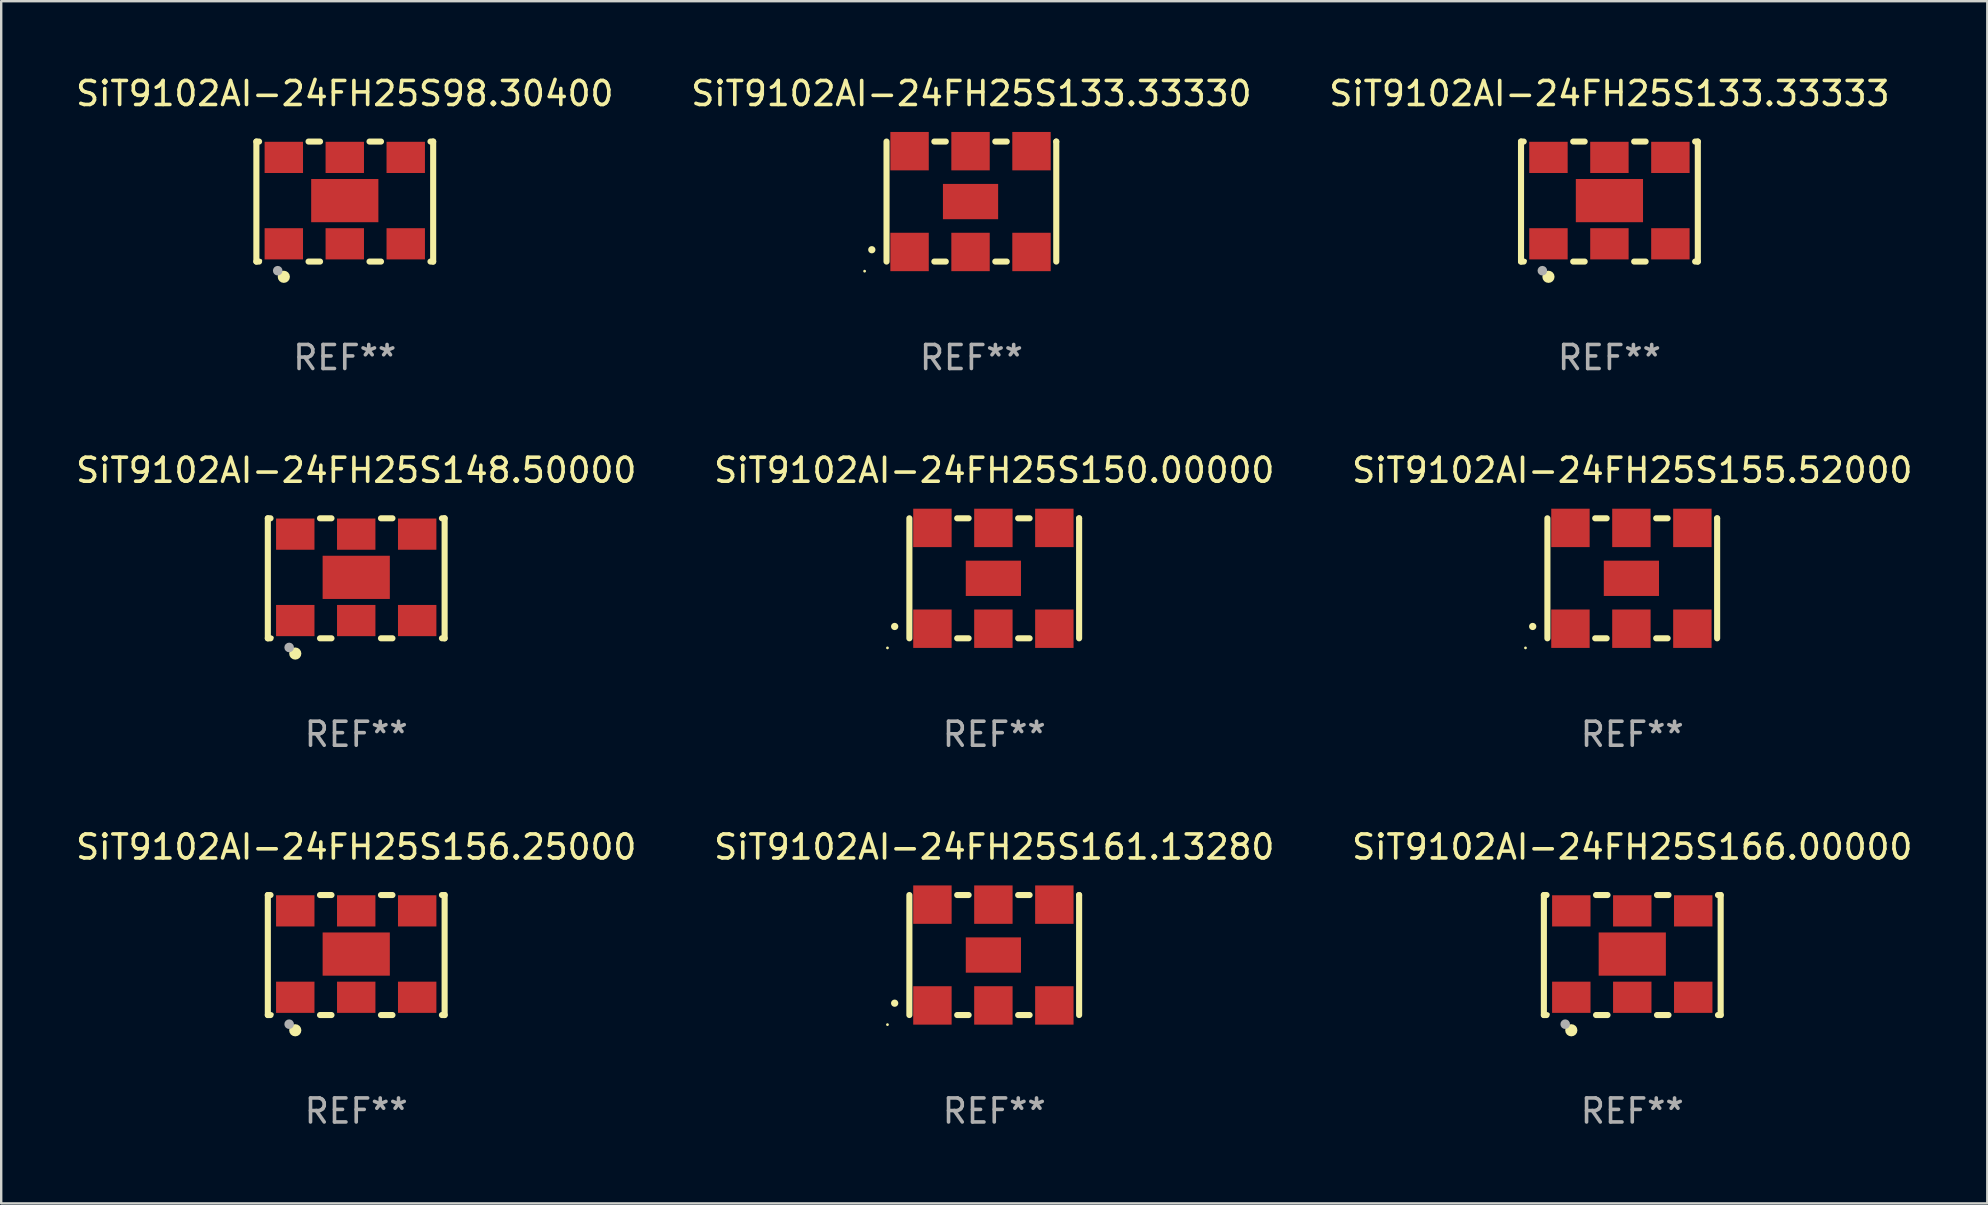
<source format=kicad_pcb>
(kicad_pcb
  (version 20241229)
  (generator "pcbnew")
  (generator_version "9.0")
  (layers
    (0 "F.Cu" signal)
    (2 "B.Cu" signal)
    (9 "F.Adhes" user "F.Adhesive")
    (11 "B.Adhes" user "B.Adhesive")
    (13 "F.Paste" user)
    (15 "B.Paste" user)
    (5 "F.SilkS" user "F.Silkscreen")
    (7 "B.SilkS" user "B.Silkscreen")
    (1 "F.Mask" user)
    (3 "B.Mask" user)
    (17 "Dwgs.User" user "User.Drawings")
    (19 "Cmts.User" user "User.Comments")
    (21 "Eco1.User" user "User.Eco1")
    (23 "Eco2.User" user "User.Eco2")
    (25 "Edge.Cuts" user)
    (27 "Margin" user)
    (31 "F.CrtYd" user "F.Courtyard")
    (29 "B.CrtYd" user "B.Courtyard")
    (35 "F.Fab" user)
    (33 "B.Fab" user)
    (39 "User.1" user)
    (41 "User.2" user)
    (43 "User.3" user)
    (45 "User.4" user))
  (footprint "SiT9102AI-24FH25S148.50000"
    (layer "F.Cu")
    (at 11.792 21.045)
    (property "Reference" "SiT9102AI-24FH25S148.50000" (at 0 -4.5 0) (layer "F.SilkS") (effects (font (size 1 1) (thickness 0.15))))
    (attr through_hole)
    (fp_line (start -3.683 -2.5) (end -3.571 -2.5) (stroke (width 0.254) (type solid)) (layer "F.SilkS"))
    (fp_line (start -3.683 2.5) (end -3.683 -2.5) (stroke (width 0.254) (type solid)) (layer "F.SilkS"))
    (fp_line (start -3.683 2.5) (end -3.571 2.5) (stroke (width 0.254) (type solid)) (layer "F.SilkS"))
    (fp_line (start -1.509 -2.5) (end -1.031 -2.5) (stroke (width 0.254) (type solid)) (layer "F.SilkS"))
    (fp_line (start -1.509 2.5) (end -1.031 2.5) (stroke (width 0.254) (type solid)) (layer "F.SilkS"))
    (fp_line (start 1.031 -2.5) (end 1.509 -2.5) (stroke (width 0.254) (type solid)) (layer "F.SilkS"))
    (fp_line (start 1.031 2.5) (end 1.509 2.5) (stroke (width 0.254) (type solid)) (layer "F.SilkS"))
    (fp_line (start 3.571 -2.5) (end 3.683 -2.5) (stroke (width 0.254) (type solid)) (layer "F.SilkS"))
    (fp_line (start 3.571 2.5) (end 3.683 2.5) (stroke (width 0.254) (type solid)) (layer "F.SilkS"))
    (fp_line (start 3.683 2.5) (end 3.683 -2.5) (stroke (width 0.254) (type solid)) (layer "F.SilkS"))
    (fp_circle (center -3.5 2.46) (end -3.47 2.46) (stroke (width 0.06) (type solid)) (fill no) (layer "F.SilkS"))
    (fp_circle (center -2.54 3.135) (end -2.413 3.135) (stroke (width 0.254) (type solid)) (fill no) (layer "F.SilkS"))
    (fp_circle (center -2.794 2.881) (end -2.694 2.881) (stroke (width 0.2) (type solid)) (fill no) (layer "F.Fab"))
    (fp_text user "REF**" (at 0 6.5 0) (layer "F.Fab") (effects (font (size 1 1) (thickness 0.15))))
    (pad "1" smd rect (at -2.54 1.76) (size 1.6 1.3) (layers "F.Cu" "F.Mask" "F.Paste"))
    (pad "2" smd rect (at 0 1.76) (size 1.6 1.3) (layers "F.Cu" "F.Mask" "F.Paste"))
    (pad "3" smd rect (at 2.54 1.76) (size 1.6 1.3) (layers "F.Cu" "F.Mask" "F.Paste"))
    (pad "4" smd rect (at 2.54 -1.84) (size 1.6 1.3) (layers "F.Cu" "F.Mask" "F.Paste"))
    (pad "5" smd rect (at 0 -1.84) (size 1.6 1.3) (layers "F.Cu" "F.Mask" "F.Paste"))
    (pad "6" smd rect (at -2.54 -1.84) (size 1.6 1.3) (layers "F.Cu" "F.Mask" "F.Paste"))
    (pad "7" smd rect (at 0 -0.04) (size 2.8 1.8) (layers "F.Cu" "F.Mask" "F.Paste")))
  (footprint "SiT9102AI-24FH25S150.00000"
    (layer "F.Cu")
    (at 38.375 21.045)
    (property "Reference" "SiT9102AI-24FH25S150.00000" (at 0 -4.5 0) (layer "F.SilkS") (effects (font (size 1 1) (thickness 0.15))))
    (attr through_hole)
    (fp_line (start -3.536 -2.5) (end -3.536 2.5) (stroke (width 0.254) (type solid)) (layer "F.SilkS"))
    (fp_line (start -1.544 2.5) (end -1.067 2.5) (stroke (width 0.254) (type solid)) (layer "F.SilkS"))
    (fp_line (start -1.067 -2.5) (end -1.544 -2.5) (stroke (width 0.254) (type solid)) (layer "F.SilkS"))
    (fp_line (start 0.996 2.5) (end 1.473 2.5) (stroke (width 0.254) (type solid)) (layer "F.SilkS"))
    (fp_line (start 1.473 -2.5) (end 0.996 -2.5) (stroke (width 0.254) (type solid)) (layer "F.SilkS"))
    (fp_line (start 3.536 -2.5) (end 3.536 -2.5) (stroke (width 0.254) (type solid)) (layer "F.SilkS"))
    (fp_line (start 3.536 2.5) (end 3.536 -2.5) (stroke (width 0.254) (type solid)) (layer "F.SilkS"))
    (fp_arc (start -4.150432 2.006604) (mid -4.149162 2.006599) (end -4.147892 2.006604) (stroke (width 0.3) (type solid)) (layer "F.SilkS"))
    (fp_circle (center -4.449 2.9) (end -4.419 2.9) (stroke (width 0.06) (type solid)) (fill no) (layer "F.SilkS"))
    (fp_text user "REF**" (at 0 6.5 0) (layer "F.Fab") (effects (font (size 1 1) (thickness 0.15))))
    (pad "1" smd rect (at -2.576 2.1) (size 1.6 1.6) (layers "F.Cu" "F.Mask" "F.Paste"))
    (pad "2" smd rect (at -0.036 2.1) (size 1.6 1.6) (layers "F.Cu" "F.Mask" "F.Paste"))
    (pad "3" smd rect (at 2.504 2.1) (size 1.6 1.6) (layers "F.Cu" "F.Mask" "F.Paste"))
    (pad "4" smd rect (at 2.504 -2.1) (size 1.6 1.6) (layers "F.Cu" "F.Mask" "F.Paste"))
    (pad "5" smd rect (at -0.036 -2.1) (size 1.6 1.6) (layers "F.Cu" "F.Mask" "F.Paste"))
    (pad "6" smd rect (at -2.576 -2.1) (size 1.6 1.6) (layers "F.Cu" "F.Mask" "F.Paste"))
    (pad "7" smd rect (at -0.036 0) (size 2.3 1.47) (layers "F.Cu" "F.Mask" "F.Paste")))
  (footprint "SiT9102AI-24FH25S98.30400"
    (layer "F.Cu")
    (at 11.315 5.348)
    (property "Reference" "SiT9102AI-24FH25S98.30400" (at 0 -4.5 0) (layer "F.SilkS") (effects (font (size 1 1) (thickness 0.15))))
    (attr through_hole)
    (fp_line (start -3.683 -2.5) (end -3.571 -2.5) (stroke (width 0.254) (type solid)) (layer "F.SilkS"))
    (fp_line (start -3.683 2.5) (end -3.683 -2.5) (stroke (width 0.254) (type solid)) (layer "F.SilkS"))
    (fp_line (start -3.683 2.5) (end -3.571 2.5) (stroke (width 0.254) (type solid)) (layer "F.SilkS"))
    (fp_line (start -1.509 -2.5) (end -1.031 -2.5) (stroke (width 0.254) (type solid)) (layer "F.SilkS"))
    (fp_line (start -1.509 2.5) (end -1.031 2.5) (stroke (width 0.254) (type solid)) (layer "F.SilkS"))
    (fp_line (start 1.031 -2.5) (end 1.509 -2.5) (stroke (width 0.254) (type solid)) (layer "F.SilkS"))
    (fp_line (start 1.031 2.5) (end 1.509 2.5) (stroke (width 0.254) (type solid)) (layer "F.SilkS"))
    (fp_line (start 3.571 -2.5) (end 3.683 -2.5) (stroke (width 0.254) (type solid)) (layer "F.SilkS"))
    (fp_line (start 3.571 2.5) (end 3.683 2.5) (stroke (width 0.254) (type solid)) (layer "F.SilkS"))
    (fp_line (start 3.683 2.5) (end 3.683 -2.5) (stroke (width 0.254) (type solid)) (layer "F.SilkS"))
    (fp_circle (center -3.5 2.46) (end -3.47 2.46) (stroke (width 0.06) (type solid)) (fill no) (layer "F.SilkS"))
    (fp_circle (center -2.54 3.135) (end -2.413 3.135) (stroke (width 0.254) (type solid)) (fill no) (layer "F.SilkS"))
    (fp_circle (center -2.794 2.881) (end -2.694 2.881) (stroke (width 0.2) (type solid)) (fill no) (layer "F.Fab"))
    (fp_text user "REF**" (at 0 6.5 0) (layer "F.Fab") (effects (font (size 1 1) (thickness 0.15))))
    (pad "1" smd rect (at -2.54 1.76) (size 1.6 1.3) (layers "F.Cu" "F.Mask" "F.Paste"))
    (pad "2" smd rect (at 0 1.76) (size 1.6 1.3) (layers "F.Cu" "F.Mask" "F.Paste"))
    (pad "3" smd rect (at 2.54 1.76) (size 1.6 1.3) (layers "F.Cu" "F.Mask" "F.Paste"))
    (pad "4" smd rect (at 2.54 -1.84) (size 1.6 1.3) (layers "F.Cu" "F.Mask" "F.Paste"))
    (pad "5" smd rect (at 0 -1.84) (size 1.6 1.3) (layers "F.Cu" "F.Mask" "F.Paste"))
    (pad "6" smd rect (at -2.54 -1.84) (size 1.6 1.3) (layers "F.Cu" "F.Mask" "F.Paste"))
    (pad "7" smd rect (at 0 -0.04) (size 2.8 1.8) (layers "F.Cu" "F.Mask" "F.Paste")))
  (footprint "SiT9102AI-24FH25S166.00000"
    (layer "F.Cu")
    (at 64.958 36.741)
    (property "Reference" "SiT9102AI-24FH25S166.00000" (at 0 -4.5 0) (layer "F.SilkS") (effects (font (size 1 1) (thickness 0.15))))
    (attr through_hole)
    (fp_line (start -3.683 -2.5) (end -3.571 -2.5) (stroke (width 0.254) (type solid)) (layer "F.SilkS"))
    (fp_line (start -3.683 2.5) (end -3.683 -2.5) (stroke (width 0.254) (type solid)) (layer "F.SilkS"))
    (fp_line (start -3.683 2.5) (end -3.571 2.5) (stroke (width 0.254) (type solid)) (layer "F.SilkS"))
    (fp_line (start -1.509 -2.5) (end -1.031 -2.5) (stroke (width 0.254) (type solid)) (layer "F.SilkS"))
    (fp_line (start -1.509 2.5) (end -1.031 2.5) (stroke (width 0.254) (type solid)) (layer "F.SilkS"))
    (fp_line (start 1.031 -2.5) (end 1.509 -2.5) (stroke (width 0.254) (type solid)) (layer "F.SilkS"))
    (fp_line (start 1.031 2.5) (end 1.509 2.5) (stroke (width 0.254) (type solid)) (layer "F.SilkS"))
    (fp_line (start 3.571 -2.5) (end 3.683 -2.5) (stroke (width 0.254) (type solid)) (layer "F.SilkS"))
    (fp_line (start 3.571 2.5) (end 3.683 2.5) (stroke (width 0.254) (type solid)) (layer "F.SilkS"))
    (fp_line (start 3.683 2.5) (end 3.683 -2.5) (stroke (width 0.254) (type solid)) (layer "F.SilkS"))
    (fp_circle (center -3.5 2.46) (end -3.47 2.46) (stroke (width 0.06) (type solid)) (fill no) (layer "F.SilkS"))
    (fp_circle (center -2.54 3.135) (end -2.413 3.135) (stroke (width 0.254) (type solid)) (fill no) (layer "F.SilkS"))
    (fp_circle (center -2.794 2.881) (end -2.694 2.881) (stroke (width 0.2) (type solid)) (fill no) (layer "F.Fab"))
    (fp_text user "REF**" (at 0 6.5 0) (layer "F.Fab") (effects (font (size 1 1) (thickness 0.15))))
    (pad "1" smd rect (at -2.54 1.76) (size 1.6 1.3) (layers "F.Cu" "F.Mask" "F.Paste"))
    (pad "2" smd rect (at 0 1.76) (size 1.6 1.3) (layers "F.Cu" "F.Mask" "F.Paste"))
    (pad "3" smd rect (at 2.54 1.76) (size 1.6 1.3) (layers "F.Cu" "F.Mask" "F.Paste"))
    (pad "4" smd rect (at 2.54 -1.84) (size 1.6 1.3) (layers "F.Cu" "F.Mask" "F.Paste"))
    (pad "5" smd rect (at 0 -1.84) (size 1.6 1.3) (layers "F.Cu" "F.Mask" "F.Paste"))
    (pad "6" smd rect (at -2.54 -1.84) (size 1.6 1.3) (layers "F.Cu" "F.Mask" "F.Paste"))
    (pad "7" smd rect (at 0 -0.04) (size 2.8 1.8) (layers "F.Cu" "F.Mask" "F.Paste")))
  (footprint "SiT9102AI-24FH25S161.13280"
    (layer "F.Cu")
    (at 38.375 36.741)
    (property "Reference" "SiT9102AI-24FH25S161.13280" (at 0 -4.5 0) (layer "F.SilkS") (effects (font (size 1 1) (thickness 0.15))))
    (attr through_hole)
    (fp_line (start -3.536 -2.5) (end -3.536 2.5) (stroke (width 0.254) (type solid)) (layer "F.SilkS"))
    (fp_line (start -1.544 2.5) (end -1.067 2.5) (stroke (width 0.254) (type solid)) (layer "F.SilkS"))
    (fp_line (start -1.067 -2.5) (end -1.544 -2.5) (stroke (width 0.254) (type solid)) (layer "F.SilkS"))
    (fp_line (start 0.996 2.5) (end 1.473 2.5) (stroke (width 0.254) (type solid)) (layer "F.SilkS"))
    (fp_line (start 1.473 -2.5) (end 0.996 -2.5) (stroke (width 0.254) (type solid)) (layer "F.SilkS"))
    (fp_line (start 3.536 -2.5) (end 3.536 -2.5) (stroke (width 0.254) (type solid)) (layer "F.SilkS"))
    (fp_line (start 3.536 2.5) (end 3.536 -2.5) (stroke (width 0.254) (type solid)) (layer "F.SilkS"))
    (fp_arc (start -4.150432 2.006604) (mid -4.149162 2.006599) (end -4.147892 2.006604) (stroke (width 0.3) (type solid)) (layer "F.SilkS"))
    (fp_circle (center -4.449 2.9) (end -4.419 2.9) (stroke (width 0.06) (type solid)) (fill no) (layer "F.SilkS"))
    (fp_text user "REF**" (at 0 6.5 0) (layer "F.Fab") (effects (font (size 1 1) (thickness 0.15))))
    (pad "1" smd rect (at -2.576 2.1) (size 1.6 1.6) (layers "F.Cu" "F.Mask" "F.Paste"))
    (pad "2" smd rect (at -0.036 2.1) (size 1.6 1.6) (layers "F.Cu" "F.Mask" "F.Paste"))
    (pad "3" smd rect (at 2.504 2.1) (size 1.6 1.6) (layers "F.Cu" "F.Mask" "F.Paste"))
    (pad "4" smd rect (at 2.504 -2.1) (size 1.6 1.6) (layers "F.Cu" "F.Mask" "F.Paste"))
    (pad "5" smd rect (at -0.036 -2.1) (size 1.6 1.6) (layers "F.Cu" "F.Mask" "F.Paste"))
    (pad "6" smd rect (at -2.576 -2.1) (size 1.6 1.6) (layers "F.Cu" "F.Mask" "F.Paste"))
    (pad "7" smd rect (at -0.036 0) (size 2.3 1.47) (layers "F.Cu" "F.Mask" "F.Paste")))
  (footprint "SiT9102AI-24FH25S155.52000"
    (layer "F.Cu")
    (at 64.958 21.045)
    (property "Reference" "SiT9102AI-24FH25S155.52000" (at 0 -4.5 0) (layer "F.SilkS") (effects (font (size 1 1) (thickness 0.15))))
    (attr through_hole)
    (fp_line (start -3.536 -2.5) (end -3.536 2.5) (stroke (width 0.254) (type solid)) (layer "F.SilkS"))
    (fp_line (start -1.544 2.5) (end -1.067 2.5) (stroke (width 0.254) (type solid)) (layer "F.SilkS"))
    (fp_line (start -1.067 -2.5) (end -1.544 -2.5) (stroke (width 0.254) (type solid)) (layer "F.SilkS"))
    (fp_line (start 0.996 2.5) (end 1.473 2.5) (stroke (width 0.254) (type solid)) (layer "F.SilkS"))
    (fp_line (start 1.473 -2.5) (end 0.996 -2.5) (stroke (width 0.254) (type solid)) (layer "F.SilkS"))
    (fp_line (start 3.536 -2.5) (end 3.536 -2.5) (stroke (width 0.254) (type solid)) (layer "F.SilkS"))
    (fp_line (start 3.536 2.5) (end 3.536 -2.5) (stroke (width 0.254) (type solid)) (layer "F.SilkS"))
    (fp_arc (start -4.150432 2.006604) (mid -4.149162 2.006599) (end -4.147892 2.006604) (stroke (width 0.3) (type solid)) (layer "F.SilkS"))
    (fp_circle (center -4.449 2.9) (end -4.419 2.9) (stroke (width 0.06) (type solid)) (fill no) (layer "F.SilkS"))
    (fp_text user "REF**" (at 0 6.5 0) (layer "F.Fab") (effects (font (size 1 1) (thickness 0.15))))
    (pad "1" smd rect (at -2.576 2.1) (size 1.6 1.6) (layers "F.Cu" "F.Mask" "F.Paste"))
    (pad "2" smd rect (at -0.036 2.1) (size 1.6 1.6) (layers "F.Cu" "F.Mask" "F.Paste"))
    (pad "3" smd rect (at 2.504 2.1) (size 1.6 1.6) (layers "F.Cu" "F.Mask" "F.Paste"))
    (pad "4" smd rect (at 2.504 -2.1) (size 1.6 1.6) (layers "F.Cu" "F.Mask" "F.Paste"))
    (pad "5" smd rect (at -0.036 -2.1) (size 1.6 1.6) (layers "F.Cu" "F.Mask" "F.Paste"))
    (pad "6" smd rect (at -2.576 -2.1) (size 1.6 1.6) (layers "F.Cu" "F.Mask" "F.Paste"))
    (pad "7" smd rect (at -0.036 0) (size 2.3 1.47) (layers "F.Cu" "F.Mask" "F.Paste")))
  (footprint "SiT9102AI-24FH25S133.33333"
    (layer "F.Cu")
    (at 64.006 5.348)
    (property "Reference" "SiT9102AI-24FH25S133.33333" (at 0 -4.5 0) (layer "F.SilkS") (effects (font (size 1 1) (thickness 0.15))))
    (attr through_hole)
    (fp_line (start -3.683 -2.5) (end -3.571 -2.5) (stroke (width 0.254) (type solid)) (layer "F.SilkS"))
    (fp_line (start -3.683 2.5) (end -3.683 -2.5) (stroke (width 0.254) (type solid)) (layer "F.SilkS"))
    (fp_line (start -3.683 2.5) (end -3.571 2.5) (stroke (width 0.254) (type solid)) (layer "F.SilkS"))
    (fp_line (start -1.509 -2.5) (end -1.031 -2.5) (stroke (width 0.254) (type solid)) (layer "F.SilkS"))
    (fp_line (start -1.509 2.5) (end -1.031 2.5) (stroke (width 0.254) (type solid)) (layer "F.SilkS"))
    (fp_line (start 1.031 -2.5) (end 1.509 -2.5) (stroke (width 0.254) (type solid)) (layer "F.SilkS"))
    (fp_line (start 1.031 2.5) (end 1.509 2.5) (stroke (width 0.254) (type solid)) (layer "F.SilkS"))
    (fp_line (start 3.571 -2.5) (end 3.683 -2.5) (stroke (width 0.254) (type solid)) (layer "F.SilkS"))
    (fp_line (start 3.571 2.5) (end 3.683 2.5) (stroke (width 0.254) (type solid)) (layer "F.SilkS"))
    (fp_line (start 3.683 2.5) (end 3.683 -2.5) (stroke (width 0.254) (type solid)) (layer "F.SilkS"))
    (fp_circle (center -3.5 2.46) (end -3.47 2.46) (stroke (width 0.06) (type solid)) (fill no) (layer "F.SilkS"))
    (fp_circle (center -2.54 3.135) (end -2.413 3.135) (stroke (width 0.254) (type solid)) (fill no) (layer "F.SilkS"))
    (fp_circle (center -2.794 2.881) (end -2.694 2.881) (stroke (width 0.2) (type solid)) (fill no) (layer "F.Fab"))
    (fp_text user "REF**" (at 0 6.5 0) (layer "F.Fab") (effects (font (size 1 1) (thickness 0.15))))
    (pad "1" smd rect (at -2.54 1.76) (size 1.6 1.3) (layers "F.Cu" "F.Mask" "F.Paste"))
    (pad "2" smd rect (at 0 1.76) (size 1.6 1.3) (layers "F.Cu" "F.Mask" "F.Paste"))
    (pad "3" smd rect (at 2.54 1.76) (size 1.6 1.3) (layers "F.Cu" "F.Mask" "F.Paste"))
    (pad "4" smd rect (at 2.54 -1.84) (size 1.6 1.3) (layers "F.Cu" "F.Mask" "F.Paste"))
    (pad "5" smd rect (at 0 -1.84) (size 1.6 1.3) (layers "F.Cu" "F.Mask" "F.Paste"))
    (pad "6" smd rect (at -2.54 -1.84) (size 1.6 1.3) (layers "F.Cu" "F.Mask" "F.Paste"))
    (pad "7" smd rect (at 0 -0.04) (size 2.8 1.8) (layers "F.Cu" "F.Mask" "F.Paste")))
  (footprint "SiT9102AI-24FH25S156.25000"
    (layer "F.Cu")
    (at 11.792 36.741)
    (property "Reference" "SiT9102AI-24FH25S156.25000" (at 0 -4.5 0) (layer "F.SilkS") (effects (font (size 1 1) (thickness 0.15))))
    (attr through_hole)
    (fp_line (start -3.683 -2.5) (end -3.571 -2.5) (stroke (width 0.254) (type solid)) (layer "F.SilkS"))
    (fp_line (start -3.683 2.5) (end -3.683 -2.5) (stroke (width 0.254) (type solid)) (layer "F.SilkS"))
    (fp_line (start -3.683 2.5) (end -3.571 2.5) (stroke (width 0.254) (type solid)) (layer "F.SilkS"))
    (fp_line (start -1.509 -2.5) (end -1.031 -2.5) (stroke (width 0.254) (type solid)) (layer "F.SilkS"))
    (fp_line (start -1.509 2.5) (end -1.031 2.5) (stroke (width 0.254) (type solid)) (layer "F.SilkS"))
    (fp_line (start 1.031 -2.5) (end 1.509 -2.5) (stroke (width 0.254) (type solid)) (layer "F.SilkS"))
    (fp_line (start 1.031 2.5) (end 1.509 2.5) (stroke (width 0.254) (type solid)) (layer "F.SilkS"))
    (fp_line (start 3.571 -2.5) (end 3.683 -2.5) (stroke (width 0.254) (type solid)) (layer "F.SilkS"))
    (fp_line (start 3.571 2.5) (end 3.683 2.5) (stroke (width 0.254) (type solid)) (layer "F.SilkS"))
    (fp_line (start 3.683 2.5) (end 3.683 -2.5) (stroke (width 0.254) (type solid)) (layer "F.SilkS"))
    (fp_circle (center -3.5 2.46) (end -3.47 2.46) (stroke (width 0.06) (type solid)) (fill no) (layer "F.SilkS"))
    (fp_circle (center -2.54 3.135) (end -2.413 3.135) (stroke (width 0.254) (type solid)) (fill no) (layer "F.SilkS"))
    (fp_circle (center -2.794 2.881) (end -2.694 2.881) (stroke (width 0.2) (type solid)) (fill no) (layer "F.Fab"))
    (fp_text user "REF**" (at 0 6.5 0) (layer "F.Fab") (effects (font (size 1 1) (thickness 0.15))))
    (pad "1" smd rect (at -2.54 1.76) (size 1.6 1.3) (layers "F.Cu" "F.Mask" "F.Paste"))
    (pad "2" smd rect (at 0 1.76) (size 1.6 1.3) (layers "F.Cu" "F.Mask" "F.Paste"))
    (pad "3" smd rect (at 2.54 1.76) (size 1.6 1.3) (layers "F.Cu" "F.Mask" "F.Paste"))
    (pad "4" smd rect (at 2.54 -1.84) (size 1.6 1.3) (layers "F.Cu" "F.Mask" "F.Paste"))
    (pad "5" smd rect (at 0 -1.84) (size 1.6 1.3) (layers "F.Cu" "F.Mask" "F.Paste"))
    (pad "6" smd rect (at -2.54 -1.84) (size 1.6 1.3) (layers "F.Cu" "F.Mask" "F.Paste"))
    (pad "7" smd rect (at 0 -0.04) (size 2.8 1.8) (layers "F.Cu" "F.Mask" "F.Paste")))
  (footprint "SiT9102AI-24FH25S133.33330"
    (layer "F.Cu")
    (at 37.423 5.348)
    (property "Reference" "SiT9102AI-24FH25S133.33330" (at 0 -4.5 0) (layer "F.SilkS") (effects (font (size 1 1) (thickness 0.15))))
    (attr through_hole)
    (fp_line (start -3.536 -2.5) (end -3.536 2.5) (stroke (width 0.254) (type solid)) (layer "F.SilkS"))
    (fp_line (start -1.544 2.5) (end -1.067 2.5) (stroke (width 0.254) (type solid)) (layer "F.SilkS"))
    (fp_line (start -1.067 -2.5) (end -1.544 -2.5) (stroke (width 0.254) (type solid)) (layer "F.SilkS"))
    (fp_line (start 0.996 2.5) (end 1.473 2.5) (stroke (width 0.254) (type solid)) (layer "F.SilkS"))
    (fp_line (start 1.473 -2.5) (end 0.996 -2.5) (stroke (width 0.254) (type solid)) (layer "F.SilkS"))
    (fp_line (start 3.536 -2.5) (end 3.536 -2.5) (stroke (width 0.254) (type solid)) (layer "F.SilkS"))
    (fp_line (start 3.536 2.5) (end 3.536 -2.5) (stroke (width 0.254) (type solid)) (layer "F.SilkS"))
    (fp_arc (start -4.150432 2.006604) (mid -4.149162 2.006599) (end -4.147892 2.006604) (stroke (width 0.3) (type solid)) (layer "F.SilkS"))
    (fp_circle (center -4.449 2.9) (end -4.419 2.9) (stroke (width 0.06) (type solid)) (fill no) (layer "F.SilkS"))
    (fp_text user "REF**" (at 0 6.5 0) (layer "F.Fab") (effects (font (size 1 1) (thickness 0.15))))
    (pad "1" smd rect (at -2.576 2.1) (size 1.6 1.6) (layers "F.Cu" "F.Mask" "F.Paste"))
    (pad "2" smd rect (at -0.036 2.1) (size 1.6 1.6) (layers "F.Cu" "F.Mask" "F.Paste"))
    (pad "3" smd rect (at 2.504 2.1) (size 1.6 1.6) (layers "F.Cu" "F.Mask" "F.Paste"))
    (pad "4" smd rect (at 2.504 -2.1) (size 1.6 1.6) (layers "F.Cu" "F.Mask" "F.Paste"))
    (pad "5" smd rect (at -0.036 -2.1) (size 1.6 1.6) (layers "F.Cu" "F.Mask" "F.Paste"))
    (pad "6" smd rect (at -2.576 -2.1) (size 1.6 1.6) (layers "F.Cu" "F.Mask" "F.Paste"))
    (pad "7" smd rect (at -0.036 0) (size 2.3 1.47) (layers "F.Cu" "F.Mask" "F.Paste")))
  (gr_rect
    (start -3 -3)
    (end 79.75 47.09)
    (stroke (width 0.1) (type default))
    (fill no)
    (layer "Edge.Cuts")))
</source>
